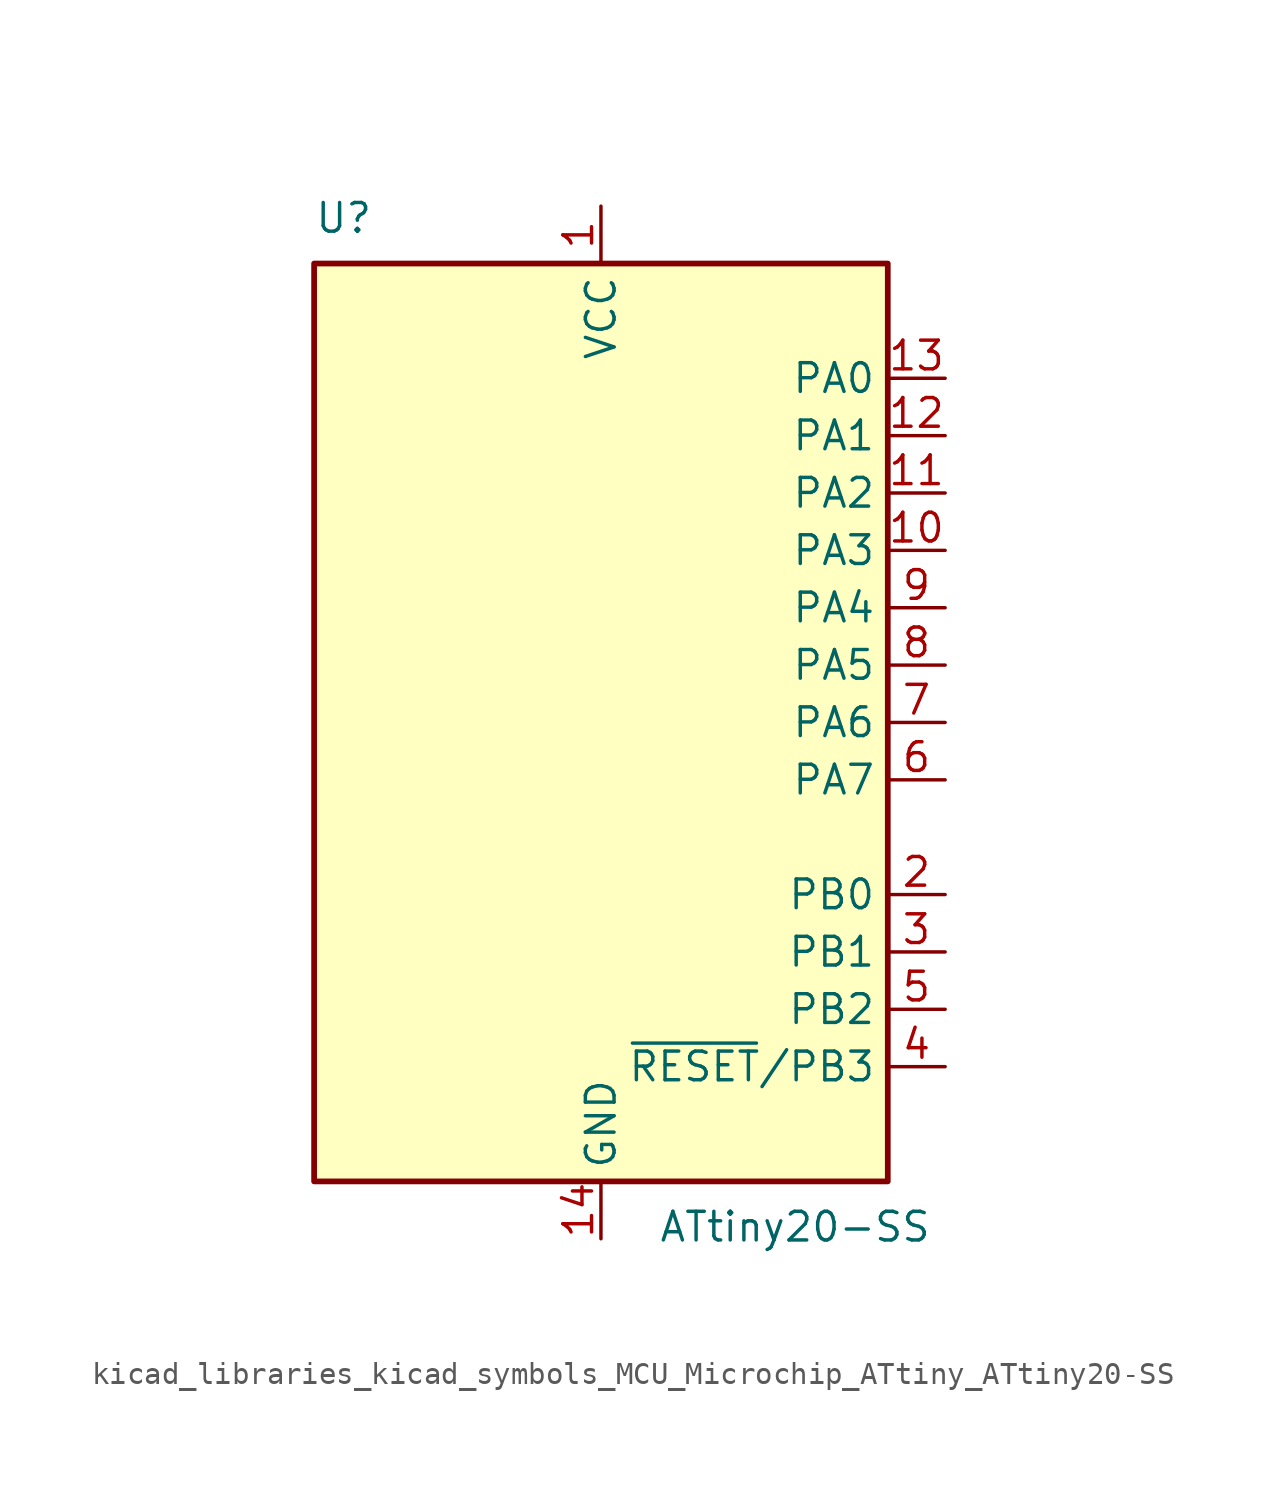
<source format=kicad_sym>
(kicad_symbol_lib
  (version 20220914)
  (generator kicad_symbol_editor)
  (symbol "kicad_libraries_kicad_symbols_MCU_Microchip_ATtiny_ATtiny20-SS"
    (property "Reference" "U"
      (at -12.7 21.59 0)
      (effects (font (size 1.27 1.27)) (justify left bottom)))
    (property "Value" "ATtiny20-SS"
      (at 2.54 -21.59 0)
      (effects (font (size 1.27 1.27)) (justify left top)))
    (symbol "kicad_libraries_kicad_symbols_MCU_Microchip_ATtiny_ATtiny20-SS_0_1"
      (rectangle (start -12.7 -20.32) (end 12.7 20.32) (stroke (width 0.254) (type default)) (fill (type background))))
    (symbol "kicad_libraries_kicad_symbols_MCU_Microchip_ATtiny_ATtiny20-SS_1_1"
      (pin power_in line (at 0 22.86 270) (length 2.54) (name "VCC" (effects (font (size 1.27 1.27)))) (number "1" (effects (font (size 1.27 1.27)))))
      (pin bidirectional line (at 15.24 7.62 180) (length 2.54) (name "PA3" (effects (font (size 1.27 1.27)))) (number "10" (effects (font (size 1.27 1.27)))))
      (pin bidirectional line (at 15.24 10.16 180) (length 2.54) (name "PA2" (effects (font (size 1.27 1.27)))) (number "11" (effects (font (size 1.27 1.27)))))
      (pin bidirectional line (at 15.24 12.7 180) (length 2.54) (name "PA1" (effects (font (size 1.27 1.27)))) (number "12" (effects (font (size 1.27 1.27)))))
      (pin bidirectional line (at 15.24 15.24 180) (length 2.54) (name "PA0" (effects (font (size 1.27 1.27)))) (number "13" (effects (font (size 1.27 1.27)))))
      (pin power_in line (at 0 -22.86 90) (length 2.54) (name "GND" (effects (font (size 1.27 1.27)))) (number "14" (effects (font (size 1.27 1.27)))))
      (pin bidirectional line (at 15.24 -7.62 180) (length 2.54) (name "PB0" (effects (font (size 1.27 1.27)))) (number "2" (effects (font (size 1.27 1.27)))))
      (pin bidirectional line (at 15.24 -10.16 180) (length 2.54) (name "PB1" (effects (font (size 1.27 1.27)))) (number "3" (effects (font (size 1.27 1.27)))))
      (pin bidirectional line (at 15.24 -15.24 180) (length 2.54) (name "~{RESET}/PB3" (effects (font (size 1.27 1.27)))) (number "4" (effects (font (size 1.27 1.27)))))
      (pin bidirectional line (at 15.24 -12.7 180) (length 2.54) (name "PB2" (effects (font (size 1.27 1.27)))) (number "5" (effects (font (size 1.27 1.27)))))
      (pin bidirectional line (at 15.24 -2.54 180) (length 2.54) (name "PA7" (effects (font (size 1.27 1.27)))) (number "6" (effects (font (size 1.27 1.27)))))
      (pin bidirectional line (at 15.24 0 180) (length 2.54) (name "PA6" (effects (font (size 1.27 1.27)))) (number "7" (effects (font (size 1.27 1.27)))))
      (pin bidirectional line (at 15.24 2.54 180) (length 2.54) (name "PA5" (effects (font (size 1.27 1.27)))) (number "8" (effects (font (size 1.27 1.27)))))
      (pin bidirectional line (at 15.24 5.08 180) (length 2.54) (name "PA4" (effects (font (size 1.27 1.27)))) (number "9" (effects (font (size 1.27 1.27))))))))
</source>
